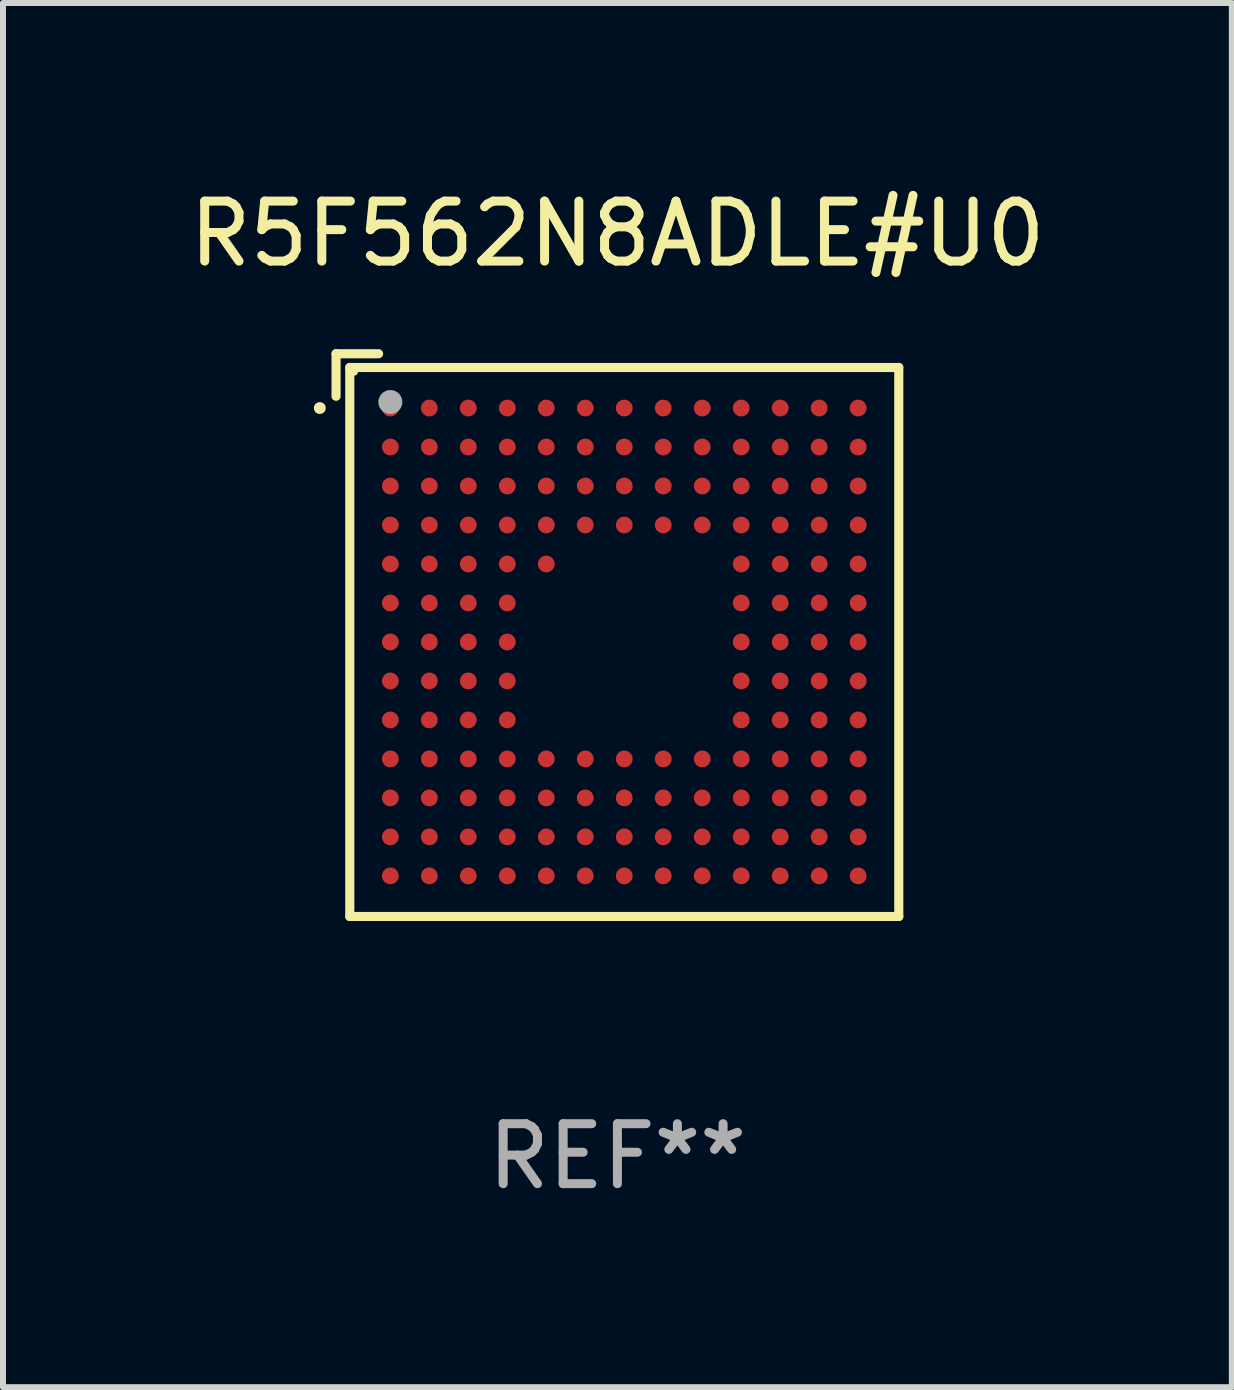
<source format=kicad_pcb>
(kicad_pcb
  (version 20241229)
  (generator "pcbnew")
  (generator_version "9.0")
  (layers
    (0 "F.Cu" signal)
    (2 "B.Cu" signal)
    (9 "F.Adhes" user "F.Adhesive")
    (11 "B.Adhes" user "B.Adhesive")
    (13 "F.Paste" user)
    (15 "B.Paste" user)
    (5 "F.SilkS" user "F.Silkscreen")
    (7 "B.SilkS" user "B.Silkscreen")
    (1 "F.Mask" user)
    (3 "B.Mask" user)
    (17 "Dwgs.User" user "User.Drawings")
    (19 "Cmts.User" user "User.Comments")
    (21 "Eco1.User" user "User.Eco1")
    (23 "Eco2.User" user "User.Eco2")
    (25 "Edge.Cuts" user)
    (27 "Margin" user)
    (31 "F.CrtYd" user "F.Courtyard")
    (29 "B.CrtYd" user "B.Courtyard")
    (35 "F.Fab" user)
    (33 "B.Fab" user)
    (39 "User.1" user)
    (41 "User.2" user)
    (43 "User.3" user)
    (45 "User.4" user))
  (footprint "R5F562N8ADLE#U0"
    (layer "F.Cu")
    (at 7.244 7.539)
    (property "Reference" "R5F562N8ADLE#U0" (at 0 -6.691 0) (layer "F.SilkS") (effects (font (size 1 1) (thickness 0.15))))
    (attr through_hole)
    (fp_line (start -4.691 -4.691) (end -3.982 -4.691) (stroke (width 0.152) (type solid)) (layer "F.SilkS"))
    (fp_line (start -4.691 -3.982) (end -4.691 -4.691) (stroke (width 0.152) (type solid)) (layer "F.SilkS"))
    (fp_line (start -4.462 -4.462) (end 4.691 -4.462) (stroke (width 0.152) (type solid)) (layer "F.SilkS"))
    (fp_line (start -4.462 4.691) (end -4.462 -4.462) (stroke (width 0.152) (type solid)) (layer "F.SilkS"))
    (fp_line (start 4.691 -4.462) (end 4.691 4.691) (stroke (width 0.152) (type solid)) (layer "F.SilkS"))
    (fp_line (start 4.691 4.691) (end -4.462 4.691) (stroke (width 0.152) (type solid)) (layer "F.SilkS"))
    (fp_circle (center -4.962 -3.786) (end -4.912 -3.786) (stroke (width 0.1) (type solid)) (fill no) (layer "F.SilkS"))
    (fp_circle (center -4.386 -4.386) (end -4.356 -4.386) (stroke (width 0.06) (type solid)) (fill no) (layer "F.SilkS"))
    (fp_circle (center -3.786 -3.886) (end -3.686 -3.886) (stroke (width 0.2) (type solid)) (fill no) (layer "F.Fab"))
    (fp_text user "REF**" (at 0 8.691 0) (layer "F.Fab") (effects (font (size 1 1) (thickness 0.15))))
    (pad "A1" smd circle (at -3.786 -3.786) (size 0.28 0.28) (layers "F.Cu" "F.Mask" "F.Paste"))
    (pad "A2" smd circle (at -3.136 -3.786) (size 0.28 0.28) (layers "F.Cu" "F.Mask" "F.Paste"))
    (pad "A3" smd circle (at -2.486 -3.786) (size 0.28 0.28) (layers "F.Cu" "F.Mask" "F.Paste"))
    (pad "A4" smd circle (at -1.836 -3.786) (size 0.28 0.28) (layers "F.Cu" "F.Mask" "F.Paste"))
    (pad "A5" smd circle (at -1.186 -3.786) (size 0.28 0.28) (layers "F.Cu" "F.Mask" "F.Paste"))
    (pad "A6" smd circle (at -0.536 -3.786) (size 0.28 0.28) (layers "F.Cu" "F.Mask" "F.Paste"))
    (pad "A7" smd circle (at 0.114 -3.786) (size 0.28 0.28) (layers "F.Cu" "F.Mask" "F.Paste"))
    (pad "A8" smd circle (at 0.764 -3.786) (size 0.28 0.28) (layers "F.Cu" "F.Mask" "F.Paste"))
    (pad "A9" smd circle (at 1.414 -3.786) (size 0.28 0.28) (layers "F.Cu" "F.Mask" "F.Paste"))
    (pad "A10" smd circle (at 2.064 -3.786) (size 0.28 0.28) (layers "F.Cu" "F.Mask" "F.Paste"))
    (pad "A11" smd circle (at 2.714 -3.786) (size 0.28 0.28) (layers "F.Cu" "F.Mask" "F.Paste"))
    (pad "A12" smd circle (at 3.364 -3.786) (size 0.28 0.28) (layers "F.Cu" "F.Mask" "F.Paste"))
    (pad "A13" smd circle (at 4.014 -3.786) (size 0.28 0.28) (layers "F.Cu" "F.Mask" "F.Paste"))
    (pad "B1" smd circle (at -3.786 -3.136) (size 0.28 0.28) (layers "F.Cu" "F.Mask" "F.Paste"))
    (pad "B2" smd circle (at -3.136 -3.136) (size 0.28 0.28) (layers "F.Cu" "F.Mask" "F.Paste"))
    (pad "B3" smd circle (at -2.486 -3.136) (size 0.28 0.28) (layers "F.Cu" "F.Mask" "F.Paste"))
    (pad "B4" smd circle (at -1.836 -3.136) (size 0.28 0.28) (layers "F.Cu" "F.Mask" "F.Paste"))
    (pad "B5" smd circle (at -1.186 -3.136) (size 0.28 0.28) (layers "F.Cu" "F.Mask" "F.Paste"))
    (pad "B6" smd circle (at -0.536 -3.136) (size 0.28 0.28) (layers "F.Cu" "F.Mask" "F.Paste"))
    (pad "B7" smd circle (at 0.114 -3.136) (size 0.28 0.28) (layers "F.Cu" "F.Mask" "F.Paste"))
    (pad "B8" smd circle (at 0.764 -3.136) (size 0.28 0.28) (layers "F.Cu" "F.Mask" "F.Paste"))
    (pad "B9" smd circle (at 1.414 -3.136) (size 0.28 0.28) (layers "F.Cu" "F.Mask" "F.Paste"))
    (pad "B10" smd circle (at 2.064 -3.136) (size 0.28 0.28) (layers "F.Cu" "F.Mask" "F.Paste"))
    (pad "B11" smd circle (at 2.714 -3.136) (size 0.28 0.28) (layers "F.Cu" "F.Mask" "F.Paste"))
    (pad "B12" smd circle (at 3.364 -3.136) (size 0.28 0.28) (layers "F.Cu" "F.Mask" "F.Paste"))
    (pad "B13" smd circle (at 4.014 -3.136) (size 0.28 0.28) (layers "F.Cu" "F.Mask" "F.Paste"))
    (pad "C1" smd circle (at -3.786 -2.486) (size 0.28 0.28) (layers "F.Cu" "F.Mask" "F.Paste"))
    (pad "C2" smd circle (at -3.136 -2.486) (size 0.28 0.28) (layers "F.Cu" "F.Mask" "F.Paste"))
    (pad "C3" smd circle (at -2.486 -2.486) (size 0.28 0.28) (layers "F.Cu" "F.Mask" "F.Paste"))
    (pad "C4" smd circle (at -1.836 -2.486) (size 0.28 0.28) (layers "F.Cu" "F.Mask" "F.Paste"))
    (pad "C5" smd circle (at -1.186 -2.486) (size 0.28 0.28) (layers "F.Cu" "F.Mask" "F.Paste"))
    (pad "C6" smd circle (at -0.536 -2.486) (size 0.28 0.28) (layers "F.Cu" "F.Mask" "F.Paste"))
    (pad "C7" smd circle (at 0.114 -2.486) (size 0.28 0.28) (layers "F.Cu" "F.Mask" "F.Paste"))
    (pad "C8" smd circle (at 0.764 -2.486) (size 0.28 0.28) (layers "F.Cu" "F.Mask" "F.Paste"))
    (pad "C9" smd circle (at 1.414 -2.486) (size 0.28 0.28) (layers "F.Cu" "F.Mask" "F.Paste"))
    (pad "C10" smd circle (at 2.064 -2.486) (size 0.28 0.28) (layers "F.Cu" "F.Mask" "F.Paste"))
    (pad "C11" smd circle (at 2.714 -2.486) (size 0.28 0.28) (layers "F.Cu" "F.Mask" "F.Paste"))
    (pad "C12" smd circle (at 3.364 -2.486) (size 0.28 0.28) (layers "F.Cu" "F.Mask" "F.Paste"))
    (pad "C13" smd circle (at 4.014 -2.486) (size 0.28 0.28) (layers "F.Cu" "F.Mask" "F.Paste"))
    (pad "D1" smd circle (at -3.786 -1.836) (size 0.28 0.28) (layers "F.Cu" "F.Mask" "F.Paste"))
    (pad "D2" smd circle (at -3.136 -1.836) (size 0.28 0.28) (layers "F.Cu" "F.Mask" "F.Paste"))
    (pad "D3" smd circle (at -2.486 -1.836) (size 0.28 0.28) (layers "F.Cu" "F.Mask" "F.Paste"))
    (pad "D4" smd circle (at -1.836 -1.836) (size 0.28 0.28) (layers "F.Cu" "F.Mask" "F.Paste"))
    (pad "D5" smd circle (at -1.186 -1.836) (size 0.28 0.28) (layers "F.Cu" "F.Mask" "F.Paste"))
    (pad "D6" smd circle (at -0.536 -1.836) (size 0.28 0.28) (layers "F.Cu" "F.Mask" "F.Paste"))
    (pad "D7" smd circle (at 0.114 -1.836) (size 0.28 0.28) (layers "F.Cu" "F.Mask" "F.Paste"))
    (pad "D8" smd circle (at 0.764 -1.836) (size 0.28 0.28) (layers "F.Cu" "F.Mask" "F.Paste"))
    (pad "D9" smd circle (at 1.414 -1.836) (size 0.28 0.28) (layers "F.Cu" "F.Mask" "F.Paste"))
    (pad "D10" smd circle (at 2.064 -1.836) (size 0.28 0.28) (layers "F.Cu" "F.Mask" "F.Paste"))
    (pad "D11" smd circle (at 2.714 -1.836) (size 0.28 0.28) (layers "F.Cu" "F.Mask" "F.Paste"))
    (pad "D12" smd circle (at 3.364 -1.836) (size 0.28 0.28) (layers "F.Cu" "F.Mask" "F.Paste"))
    (pad "D13" smd circle (at 4.014 -1.836) (size 0.28 0.28) (layers "F.Cu" "F.Mask" "F.Paste"))
    (pad "E1" smd circle (at -3.786 -1.186) (size 0.28 0.28) (layers "F.Cu" "F.Mask" "F.Paste"))
    (pad "E2" smd circle (at -3.136 -1.186) (size 0.28 0.28) (layers "F.Cu" "F.Mask" "F.Paste"))
    (pad "E3" smd circle (at -2.486 -1.186) (size 0.28 0.28) (layers "F.Cu" "F.Mask" "F.Paste"))
    (pad "E4" smd circle (at -1.836 -1.186) (size 0.28 0.28) (layers "F.Cu" "F.Mask" "F.Paste"))
    (pad "E5" smd circle (at -1.186 -1.186) (size 0.28 0.28) (layers "F.Cu" "F.Mask" "F.Paste"))
    (pad "E10" smd circle (at 2.064 -1.186) (size 0.28 0.28) (layers "F.Cu" "F.Mask" "F.Paste"))
    (pad "E11" smd circle (at 2.714 -1.186) (size 0.28 0.28) (layers "F.Cu" "F.Mask" "F.Paste"))
    (pad "E12" smd circle (at 3.364 -1.186) (size 0.28 0.28) (layers "F.Cu" "F.Mask" "F.Paste"))
    (pad "E13" smd circle (at 4.014 -1.186) (size 0.28 0.28) (layers "F.Cu" "F.Mask" "F.Paste"))
    (pad "F1" smd circle (at -3.786 -0.536) (size 0.28 0.28) (layers "F.Cu" "F.Mask" "F.Paste"))
    (pad "F2" smd circle (at -3.136 -0.536) (size 0.28 0.28) (layers "F.Cu" "F.Mask" "F.Paste"))
    (pad "F3" smd circle (at -2.486 -0.536) (size 0.28 0.28) (layers "F.Cu" "F.Mask" "F.Paste"))
    (pad "F4" smd circle (at -1.836 -0.536) (size 0.28 0.28) (layers "F.Cu" "F.Mask" "F.Paste"))
    (pad "F10" smd circle (at 2.064 -0.536) (size 0.28 0.28) (layers "F.Cu" "F.Mask" "F.Paste"))
    (pad "F11" smd circle (at 2.714 -0.536) (size 0.28 0.28) (layers "F.Cu" "F.Mask" "F.Paste"))
    (pad "F12" smd circle (at 3.364 -0.536) (size 0.28 0.28) (layers "F.Cu" "F.Mask" "F.Paste"))
    (pad "F13" smd circle (at 4.014 -0.536) (size 0.28 0.28) (layers "F.Cu" "F.Mask" "F.Paste"))
    (pad "G1" smd circle (at -3.786 0.114) (size 0.28 0.28) (layers "F.Cu" "F.Mask" "F.Paste"))
    (pad "G2" smd circle (at -3.136 0.114) (size 0.28 0.28) (layers "F.Cu" "F.Mask" "F.Paste"))
    (pad "G3" smd circle (at -2.486 0.114) (size 0.28 0.28) (layers "F.Cu" "F.Mask" "F.Paste"))
    (pad "G4" smd circle (at -1.836 0.114) (size 0.28 0.28) (layers "F.Cu" "F.Mask" "F.Paste"))
    (pad "G10" smd circle (at 2.064 0.114) (size 0.28 0.28) (layers "F.Cu" "F.Mask" "F.Paste"))
    (pad "G11" smd circle (at 2.714 0.114) (size 0.28 0.28) (layers "F.Cu" "F.Mask" "F.Paste"))
    (pad "G12" smd circle (at 3.364 0.114) (size 0.28 0.28) (layers "F.Cu" "F.Mask" "F.Paste"))
    (pad "G13" smd circle (at 4.014 0.114) (size 0.28 0.28) (layers "F.Cu" "F.Mask" "F.Paste"))
    (pad "H1" smd circle (at -3.786 0.764) (size 0.28 0.28) (layers "F.Cu" "F.Mask" "F.Paste"))
    (pad "H2" smd circle (at -3.136 0.764) (size 0.28 0.28) (layers "F.Cu" "F.Mask" "F.Paste"))
    (pad "H3" smd circle (at -2.486 0.764) (size 0.28 0.28) (layers "F.Cu" "F.Mask" "F.Paste"))
    (pad "H4" smd circle (at -1.836 0.764) (size 0.28 0.28) (layers "F.Cu" "F.Mask" "F.Paste"))
    (pad "H10" smd circle (at 2.064 0.764) (size 0.28 0.28) (layers "F.Cu" "F.Mask" "F.Paste"))
    (pad "H11" smd circle (at 2.714 0.764) (size 0.28 0.28) (layers "F.Cu" "F.Mask" "F.Paste"))
    (pad "H12" smd circle (at 3.364 0.764) (size 0.28 0.28) (layers "F.Cu" "F.Mask" "F.Paste"))
    (pad "H13" smd circle (at 4.014 0.764) (size 0.28 0.28) (layers "F.Cu" "F.Mask" "F.Paste"))
    (pad "J1" smd circle (at -3.786 1.414) (size 0.28 0.28) (layers "F.Cu" "F.Mask" "F.Paste"))
    (pad "J2" smd circle (at -3.136 1.414) (size 0.28 0.28) (layers "F.Cu" "F.Mask" "F.Paste"))
    (pad "J3" smd circle (at -2.486 1.414) (size 0.28 0.28) (layers "F.Cu" "F.Mask" "F.Paste"))
    (pad "J4" smd circle (at -1.836 1.414) (size 0.28 0.28) (layers "F.Cu" "F.Mask" "F.Paste"))
    (pad "J10" smd circle (at 2.064 1.414) (size 0.28 0.28) (layers "F.Cu" "F.Mask" "F.Paste"))
    (pad "J11" smd circle (at 2.714 1.414) (size 0.28 0.28) (layers "F.Cu" "F.Mask" "F.Paste"))
    (pad "J12" smd circle (at 3.364 1.414) (size 0.28 0.28) (layers "F.Cu" "F.Mask" "F.Paste"))
    (pad "J13" smd circle (at 4.014 1.414) (size 0.28 0.28) (layers "F.Cu" "F.Mask" "F.Paste"))
    (pad "K1" smd circle (at -3.786 2.064) (size 0.28 0.28) (layers "F.Cu" "F.Mask" "F.Paste"))
    (pad "K2" smd circle (at -3.136 2.064) (size 0.28 0.28) (layers "F.Cu" "F.Mask" "F.Paste"))
    (pad "K3" smd circle (at -2.486 2.064) (size 0.28 0.28) (layers "F.Cu" "F.Mask" "F.Paste"))
    (pad "K4" smd circle (at -1.836 2.064) (size 0.28 0.28) (layers "F.Cu" "F.Mask" "F.Paste"))
    (pad "K5" smd circle (at -1.186 2.064) (size 0.28 0.28) (layers "F.Cu" "F.Mask" "F.Paste"))
    (pad "K6" smd circle (at -0.536 2.064) (size 0.28 0.28) (layers "F.Cu" "F.Mask" "F.Paste"))
    (pad "K7" smd circle (at 0.114 2.064) (size 0.28 0.28) (layers "F.Cu" "F.Mask" "F.Paste"))
    (pad "K8" smd circle (at 0.764 2.064) (size 0.28 0.28) (layers "F.Cu" "F.Mask" "F.Paste"))
    (pad "K9" smd circle (at 1.414 2.064) (size 0.28 0.28) (layers "F.Cu" "F.Mask" "F.Paste"))
    (pad "K10" smd circle (at 2.064 2.064) (size 0.28 0.28) (layers "F.Cu" "F.Mask" "F.Paste"))
    (pad "K11" smd circle (at 2.714 2.064) (size 0.28 0.28) (layers "F.Cu" "F.Mask" "F.Paste"))
    (pad "K12" smd circle (at 3.364 2.064) (size 0.28 0.28) (layers "F.Cu" "F.Mask" "F.Paste"))
    (pad "K13" smd circle (at 4.014 2.064) (size 0.28 0.28) (layers "F.Cu" "F.Mask" "F.Paste"))
    (pad "L1" smd circle (at -3.786 2.714) (size 0.28 0.28) (layers "F.Cu" "F.Mask" "F.Paste"))
    (pad "L2" smd circle (at -3.136 2.714) (size 0.28 0.28) (layers "F.Cu" "F.Mask" "F.Paste"))
    (pad "L3" smd circle (at -2.486 2.714) (size 0.28 0.28) (layers "F.Cu" "F.Mask" "F.Paste"))
    (pad "L4" smd circle (at -1.836 2.714) (size 0.28 0.28) (layers "F.Cu" "F.Mask" "F.Paste"))
    (pad "L5" smd circle (at -1.186 2.714) (size 0.28 0.28) (layers "F.Cu" "F.Mask" "F.Paste"))
    (pad "L6" smd circle (at -0.536 2.714) (size 0.28 0.28) (layers "F.Cu" "F.Mask" "F.Paste"))
    (pad "L7" smd circle (at 0.114 2.714) (size 0.28 0.28) (layers "F.Cu" "F.Mask" "F.Paste"))
    (pad "L8" smd circle (at 0.764 2.714) (size 0.28 0.28) (layers "F.Cu" "F.Mask" "F.Paste"))
    (pad "L9" smd circle (at 1.414 2.714) (size 0.28 0.28) (layers "F.Cu" "F.Mask" "F.Paste"))
    (pad "L10" smd circle (at 2.064 2.714) (size 0.28 0.28) (layers "F.Cu" "F.Mask" "F.Paste"))
    (pad "L11" smd circle (at 2.714 2.714) (size 0.28 0.28) (layers "F.Cu" "F.Mask" "F.Paste"))
    (pad "L12" smd circle (at 3.364 2.714) (size 0.28 0.28) (layers "F.Cu" "F.Mask" "F.Paste"))
    (pad "L13" smd circle (at 4.014 2.714) (size 0.28 0.28) (layers "F.Cu" "F.Mask" "F.Paste"))
    (pad "M1" smd circle (at -3.786 3.364) (size 0.28 0.28) (layers "F.Cu" "F.Mask" "F.Paste"))
    (pad "M2" smd circle (at -3.136 3.364) (size 0.28 0.28) (layers "F.Cu" "F.Mask" "F.Paste"))
    (pad "M3" smd circle (at -2.486 3.364) (size 0.28 0.28) (layers "F.Cu" "F.Mask" "F.Paste"))
    (pad "M4" smd circle (at -1.836 3.364) (size 0.28 0.28) (layers "F.Cu" "F.Mask" "F.Paste"))
    (pad "M5" smd circle (at -1.186 3.364) (size 0.28 0.28) (layers "F.Cu" "F.Mask" "F.Paste"))
    (pad "M6" smd circle (at -0.536 3.364) (size 0.28 0.28) (layers "F.Cu" "F.Mask" "F.Paste"))
    (pad "M7" smd circle (at 0.114 3.364) (size 0.28 0.28) (layers "F.Cu" "F.Mask" "F.Paste"))
    (pad "M8" smd circle (at 0.764 3.364) (size 0.28 0.28) (layers "F.Cu" "F.Mask" "F.Paste"))
    (pad "M9" smd circle (at 1.414 3.364) (size 0.28 0.28) (layers "F.Cu" "F.Mask" "F.Paste"))
    (pad "M10" smd circle (at 2.064 3.364) (size 0.28 0.28) (layers "F.Cu" "F.Mask" "F.Paste"))
    (pad "M11" smd circle (at 2.714 3.364) (size 0.28 0.28) (layers "F.Cu" "F.Mask" "F.Paste"))
    (pad "M12" smd circle (at 3.364 3.364) (size 0.28 0.28) (layers "F.Cu" "F.Mask" "F.Paste"))
    (pad "M13" smd circle (at 4.014 3.364) (size 0.28 0.28) (layers "F.Cu" "F.Mask" "F.Paste"))
    (pad "N1" smd circle (at -3.786 4.014) (size 0.28 0.28) (layers "F.Cu" "F.Mask" "F.Paste"))
    (pad "N2" smd circle (at -3.136 4.014) (size 0.28 0.28) (layers "F.Cu" "F.Mask" "F.Paste"))
    (pad "N3" smd circle (at -2.486 4.014) (size 0.28 0.28) (layers "F.Cu" "F.Mask" "F.Paste"))
    (pad "N4" smd circle (at -1.836 4.014) (size 0.28 0.28) (layers "F.Cu" "F.Mask" "F.Paste"))
    (pad "N5" smd circle (at -1.186 4.014) (size 0.28 0.28) (layers "F.Cu" "F.Mask" "F.Paste"))
    (pad "N6" smd circle (at -0.536 4.014) (size 0.28 0.28) (layers "F.Cu" "F.Mask" "F.Paste"))
    (pad "N7" smd circle (at 0.114 4.014) (size 0.28 0.28) (layers "F.Cu" "F.Mask" "F.Paste"))
    (pad "N8" smd circle (at 0.764 4.014) (size 0.28 0.28) (layers "F.Cu" "F.Mask" "F.Paste"))
    (pad "N9" smd circle (at 1.414 4.014) (size 0.28 0.28) (layers "F.Cu" "F.Mask" "F.Paste"))
    (pad "N10" smd circle (at 2.064 4.014) (size 0.28 0.28) (layers "F.Cu" "F.Mask" "F.Paste"))
    (pad "N11" smd circle (at 2.714 4.014) (size 0.28 0.28) (layers "F.Cu" "F.Mask" "F.Paste"))
    (pad "N12" smd circle (at 3.364 4.014) (size 0.28 0.28) (layers "F.Cu" "F.Mask" "F.Paste"))
    (pad "N13" smd circle (at 4.014 4.014) (size 0.28 0.28) (layers "F.Cu" "F.Mask" "F.Paste")))
  (gr_rect
    (start -3 -3)
    (end 17.488 20.078)
    (stroke (width 0.1) (type default))
    (fill no)
    (layer "Edge.Cuts")))
</source>
